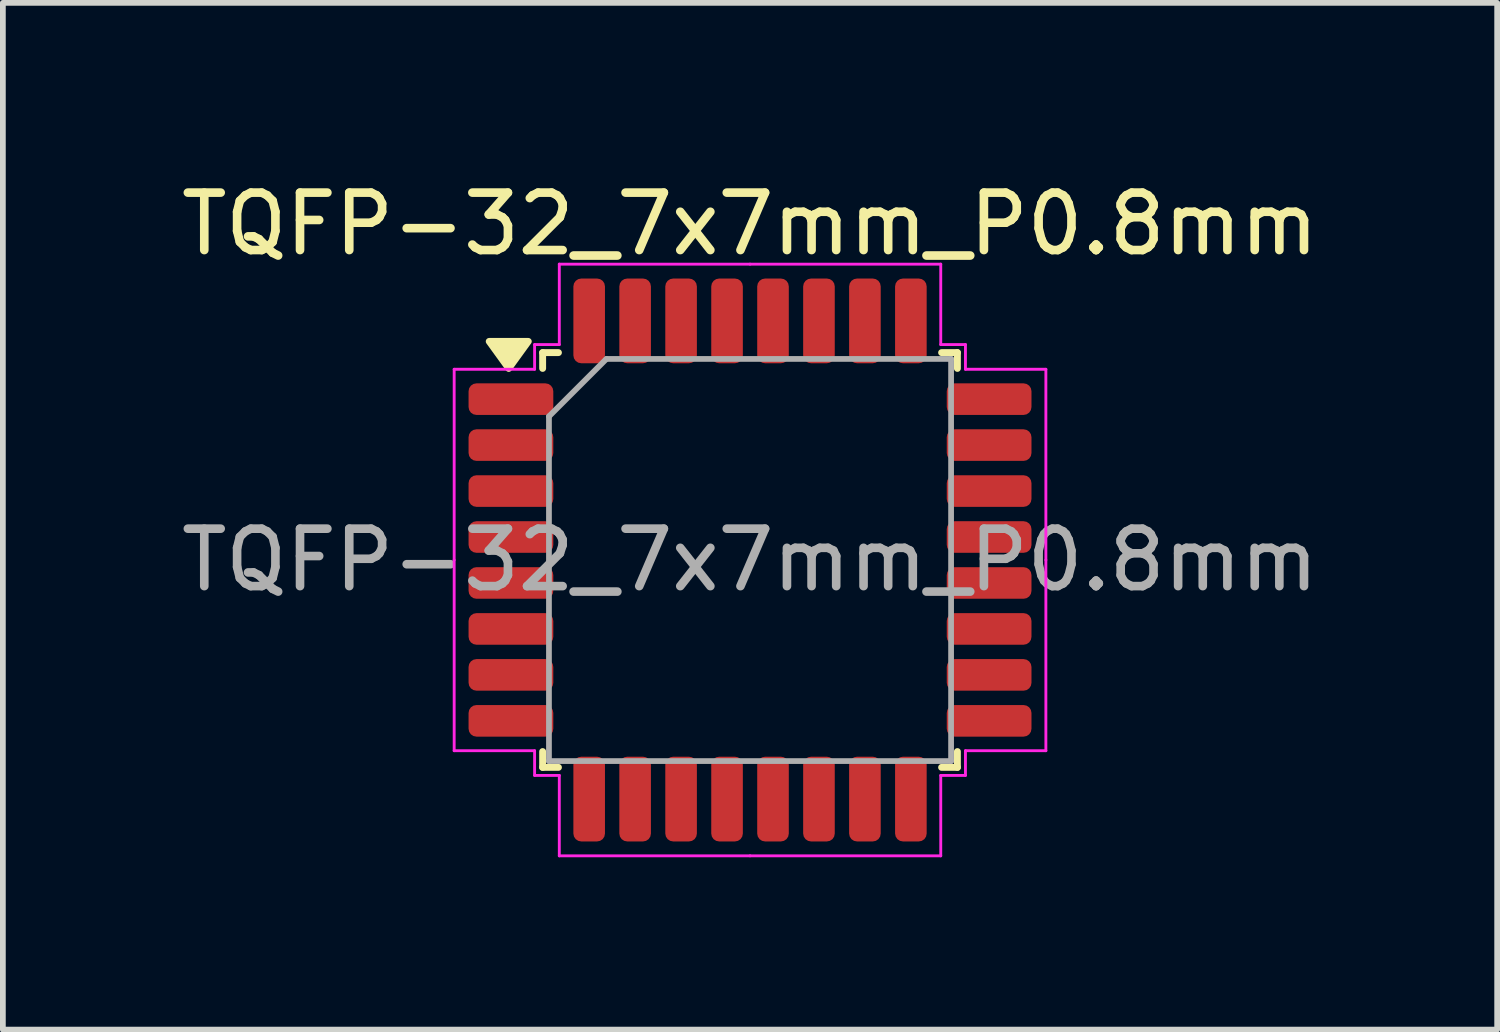
<source format=kicad_pcb>
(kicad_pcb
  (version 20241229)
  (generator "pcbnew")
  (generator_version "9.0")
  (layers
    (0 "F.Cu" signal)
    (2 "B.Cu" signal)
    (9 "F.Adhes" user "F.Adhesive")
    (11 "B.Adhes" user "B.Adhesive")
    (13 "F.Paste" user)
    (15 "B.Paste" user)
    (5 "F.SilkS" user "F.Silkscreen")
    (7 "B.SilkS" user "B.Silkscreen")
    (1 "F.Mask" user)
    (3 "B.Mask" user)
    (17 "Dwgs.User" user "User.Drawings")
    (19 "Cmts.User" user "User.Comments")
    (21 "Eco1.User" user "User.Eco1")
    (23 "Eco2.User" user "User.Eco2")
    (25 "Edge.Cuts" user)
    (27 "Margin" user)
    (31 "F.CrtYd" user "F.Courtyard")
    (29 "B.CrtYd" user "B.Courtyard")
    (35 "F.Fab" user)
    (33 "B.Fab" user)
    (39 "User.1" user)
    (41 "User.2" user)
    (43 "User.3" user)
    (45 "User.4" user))
  (footprint "TQFP-32_7x7mm_P0.8mm"
    (layer "F.Cu")
    (at 10.006 6.698)
    (property "Reference" "TQFP-32_7x7mm_P0.8mm" (at 0 -5.85 0) (layer "F.SilkS") (effects (font (size 1 1) (thickness 0.15))))
    (attr smd)
    (fp_line (start -3.61 -3.61) (end -3.61 -3.335) (stroke (width 0.12) (type solid)) (layer "F.SilkS"))
    (fp_line (start -3.61 3.61) (end -3.61 3.335) (stroke (width 0.12) (type solid)) (layer "F.SilkS"))
    (fp_line (start -3.335 -3.61) (end -3.61 -3.61) (stroke (width 0.12) (type solid)) (layer "F.SilkS"))
    (fp_line (start -3.335 3.61) (end -3.61 3.61) (stroke (width 0.12) (type solid)) (layer "F.SilkS"))
    (fp_line (start 3.335 -3.61) (end 3.61 -3.61) (stroke (width 0.12) (type solid)) (layer "F.SilkS"))
    (fp_line (start 3.335 3.61) (end 3.61 3.61) (stroke (width 0.12) (type solid)) (layer "F.SilkS"))
    (fp_line (start 3.61 -3.61) (end 3.61 -3.335) (stroke (width 0.12) (type solid)) (layer "F.SilkS"))
    (fp_line (start 3.61 3.61) (end 3.61 3.335) (stroke (width 0.12) (type solid)) (layer "F.SilkS"))
    (fp_poly (pts (xy -4.2 -3.335) (xy -4.54 -3.805) (xy -3.86 -3.805)) (stroke (width 0.12) (type solid)) (fill yes) (layer "F.SilkS"))
    (fp_line (start -5.15 -3.32) (end -5.15 0) (stroke (width 0.05) (type solid)) (layer "F.CrtYd"))
    (fp_line (start -5.15 3.32) (end -5.15 0) (stroke (width 0.05) (type solid)) (layer "F.CrtYd"))
    (fp_line (start -3.75 -3.75) (end -3.75 -3.32) (stroke (width 0.05) (type solid)) (layer "F.CrtYd"))
    (fp_line (start -3.75 -3.32) (end -5.15 -3.32) (stroke (width 0.05) (type solid)) (layer "F.CrtYd"))
    (fp_line (start -3.75 3.32) (end -5.15 3.32) (stroke (width 0.05) (type solid)) (layer "F.CrtYd"))
    (fp_line (start -3.75 3.75) (end -3.75 3.32) (stroke (width 0.05) (type solid)) (layer "F.CrtYd"))
    (fp_line (start -3.32 -5.15) (end -3.32 -3.75) (stroke (width 0.05) (type solid)) (layer "F.CrtYd"))
    (fp_line (start -3.32 -3.75) (end -3.75 -3.75) (stroke (width 0.05) (type solid)) (layer "F.CrtYd"))
    (fp_line (start -3.32 3.75) (end -3.75 3.75) (stroke (width 0.05) (type solid)) (layer "F.CrtYd"))
    (fp_line (start -3.32 5.15) (end -3.32 3.75) (stroke (width 0.05) (type solid)) (layer "F.CrtYd"))
    (fp_line (start 0 -5.15) (end -3.32 -5.15) (stroke (width 0.05) (type solid)) (layer "F.CrtYd"))
    (fp_line (start 0 -5.15) (end 3.32 -5.15) (stroke (width 0.05) (type solid)) (layer "F.CrtYd"))
    (fp_line (start 0 5.15) (end -3.32 5.15) (stroke (width 0.05) (type solid)) (layer "F.CrtYd"))
    (fp_line (start 0 5.15) (end 3.32 5.15) (stroke (width 0.05) (type solid)) (layer "F.CrtYd"))
    (fp_line (start 3.32 -5.15) (end 3.32 -3.75) (stroke (width 0.05) (type solid)) (layer "F.CrtYd"))
    (fp_line (start 3.32 -3.75) (end 3.75 -3.75) (stroke (width 0.05) (type solid)) (layer "F.CrtYd"))
    (fp_line (start 3.32 3.75) (end 3.75 3.75) (stroke (width 0.05) (type solid)) (layer "F.CrtYd"))
    (fp_line (start 3.32 5.15) (end 3.32 3.75) (stroke (width 0.05) (type solid)) (layer "F.CrtYd"))
    (fp_line (start 3.75 -3.75) (end 3.75 -3.32) (stroke (width 0.05) (type solid)) (layer "F.CrtYd"))
    (fp_line (start 3.75 -3.32) (end 5.15 -3.32) (stroke (width 0.05) (type solid)) (layer "F.CrtYd"))
    (fp_line (start 3.75 3.32) (end 5.15 3.32) (stroke (width 0.05) (type solid)) (layer "F.CrtYd"))
    (fp_line (start 3.75 3.75) (end 3.75 3.32) (stroke (width 0.05) (type solid)) (layer "F.CrtYd"))
    (fp_line (start 5.15 -3.32) (end 5.15 0) (stroke (width 0.05) (type solid)) (layer "F.CrtYd"))
    (fp_line (start 5.15 3.32) (end 5.15 0) (stroke (width 0.05) (type solid)) (layer "F.CrtYd"))
    (fp_line (start -3.5 -2.5) (end -2.5 -3.5) (stroke (width 0.1) (type solid)) (layer "F.Fab"))
    (fp_line (start -3.5 3.5) (end -3.5 -2.5) (stroke (width 0.1) (type solid)) (layer "F.Fab"))
    (fp_line (start -2.5 -3.5) (end 3.5 -3.5) (stroke (width 0.1) (type solid)) (layer "F.Fab"))
    (fp_line (start 3.5 -3.5) (end 3.5 3.5) (stroke (width 0.1) (type solid)) (layer "F.Fab"))
    (fp_line (start 3.5 3.5) (end -3.5 3.5) (stroke (width 0.1) (type solid)) (layer "F.Fab"))
    (fp_text user "${REFERENCE}" (at 0 0 0) (layer "F.Fab") (effects (font (size 1 1) (thickness 0.15))))
    (pad "1" smd roundrect (at -4.162 -2.8) (size 1.475 0.55) (layers "F.Cu" "F.Mask" "F.Paste") (roundrect_rratio 0.25))
    (pad "2" smd roundrect (at -4.162 -2) (size 1.475 0.55) (layers "F.Cu" "F.Mask" "F.Paste") (roundrect_rratio 0.25))
    (pad "3" smd roundrect (at -4.162 -1.2) (size 1.475 0.55) (layers "F.Cu" "F.Mask" "F.Paste") (roundrect_rratio 0.25))
    (pad "4" smd roundrect (at -4.162 -0.4) (size 1.475 0.55) (layers "F.Cu" "F.Mask" "F.Paste") (roundrect_rratio 0.25))
    (pad "5" smd roundrect (at -4.162 0.4) (size 1.475 0.55) (layers "F.Cu" "F.Mask" "F.Paste") (roundrect_rratio 0.25))
    (pad "6" smd roundrect (at -4.162 1.2) (size 1.475 0.55) (layers "F.Cu" "F.Mask" "F.Paste") (roundrect_rratio 0.25))
    (pad "7" smd roundrect (at -4.162 2) (size 1.475 0.55) (layers "F.Cu" "F.Mask" "F.Paste") (roundrect_rratio 0.25))
    (pad "8" smd roundrect (at -4.162 2.8) (size 1.475 0.55) (layers "F.Cu" "F.Mask" "F.Paste") (roundrect_rratio 0.25))
    (pad "9" smd roundrect (at -2.8 4.162) (size 0.55 1.475) (layers "F.Cu" "F.Mask" "F.Paste") (roundrect_rratio 0.25))
    (pad "10" smd roundrect (at -2 4.162) (size 0.55 1.475) (layers "F.Cu" "F.Mask" "F.Paste") (roundrect_rratio 0.25))
    (pad "11" smd roundrect (at -1.2 4.162) (size 0.55 1.475) (layers "F.Cu" "F.Mask" "F.Paste") (roundrect_rratio 0.25))
    (pad "12" smd roundrect (at -0.4 4.162) (size 0.55 1.475) (layers "F.Cu" "F.Mask" "F.Paste") (roundrect_rratio 0.25))
    (pad "13" smd roundrect (at 0.4 4.162) (size 0.55 1.475) (layers "F.Cu" "F.Mask" "F.Paste") (roundrect_rratio 0.25))
    (pad "14" smd roundrect (at 1.2 4.162) (size 0.55 1.475) (layers "F.Cu" "F.Mask" "F.Paste") (roundrect_rratio 0.25))
    (pad "15" smd roundrect (at 2 4.162) (size 0.55 1.475) (layers "F.Cu" "F.Mask" "F.Paste") (roundrect_rratio 0.25))
    (pad "16" smd roundrect (at 2.8 4.162) (size 0.55 1.475) (layers "F.Cu" "F.Mask" "F.Paste") (roundrect_rratio 0.25))
    (pad "17" smd roundrect (at 4.162 2.8) (size 1.475 0.55) (layers "F.Cu" "F.Mask" "F.Paste") (roundrect_rratio 0.25))
    (pad "18" smd roundrect (at 4.162 2) (size 1.475 0.55) (layers "F.Cu" "F.Mask" "F.Paste") (roundrect_rratio 0.25))
    (pad "19" smd roundrect (at 4.162 1.2) (size 1.475 0.55) (layers "F.Cu" "F.Mask" "F.Paste") (roundrect_rratio 0.25))
    (pad "20" smd roundrect (at 4.162 0.4) (size 1.475 0.55) (layers "F.Cu" "F.Mask" "F.Paste") (roundrect_rratio 0.25))
    (pad "21" smd roundrect (at 4.162 -0.4) (size 1.475 0.55) (layers "F.Cu" "F.Mask" "F.Paste") (roundrect_rratio 0.25))
    (pad "22" smd roundrect (at 4.162 -1.2) (size 1.475 0.55) (layers "F.Cu" "F.Mask" "F.Paste") (roundrect_rratio 0.25))
    (pad "23" smd roundrect (at 4.162 -2) (size 1.475 0.55) (layers "F.Cu" "F.Mask" "F.Paste") (roundrect_rratio 0.25))
    (pad "24" smd roundrect (at 4.162 -2.8) (size 1.475 0.55) (layers "F.Cu" "F.Mask" "F.Paste") (roundrect_rratio 0.25))
    (pad "25" smd roundrect (at 2.8 -4.162) (size 0.55 1.475) (layers "F.Cu" "F.Mask" "F.Paste") (roundrect_rratio 0.25))
    (pad "26" smd roundrect (at 2 -4.162) (size 0.55 1.475) (layers "F.Cu" "F.Mask" "F.Paste") (roundrect_rratio 0.25))
    (pad "27" smd roundrect (at 1.2 -4.162) (size 0.55 1.475) (layers "F.Cu" "F.Mask" "F.Paste") (roundrect_rratio 0.25))
    (pad "28" smd roundrect (at 0.4 -4.162) (size 0.55 1.475) (layers "F.Cu" "F.Mask" "F.Paste") (roundrect_rratio 0.25))
    (pad "29" smd roundrect (at -0.4 -4.162) (size 0.55 1.475) (layers "F.Cu" "F.Mask" "F.Paste") (roundrect_rratio 0.25))
    (pad "30" smd roundrect (at -1.2 -4.162) (size 0.55 1.475) (layers "F.Cu" "F.Mask" "F.Paste") (roundrect_rratio 0.25))
    (pad "31" smd roundrect (at -2 -4.162) (size 0.55 1.475) (layers "F.Cu" "F.Mask" "F.Paste") (roundrect_rratio 0.25))
    (pad "32" smd roundrect (at -2.8 -4.162) (size 0.55 1.475) (layers "F.Cu" "F.Mask" "F.Paste") (roundrect_rratio 0.25)))
  (gr_rect
    (start -3 -3)
    (end 23.012 14.873)
    (stroke (width 0.1) (type default))
    (fill no)
    (layer "Edge.Cuts")))
</source>
